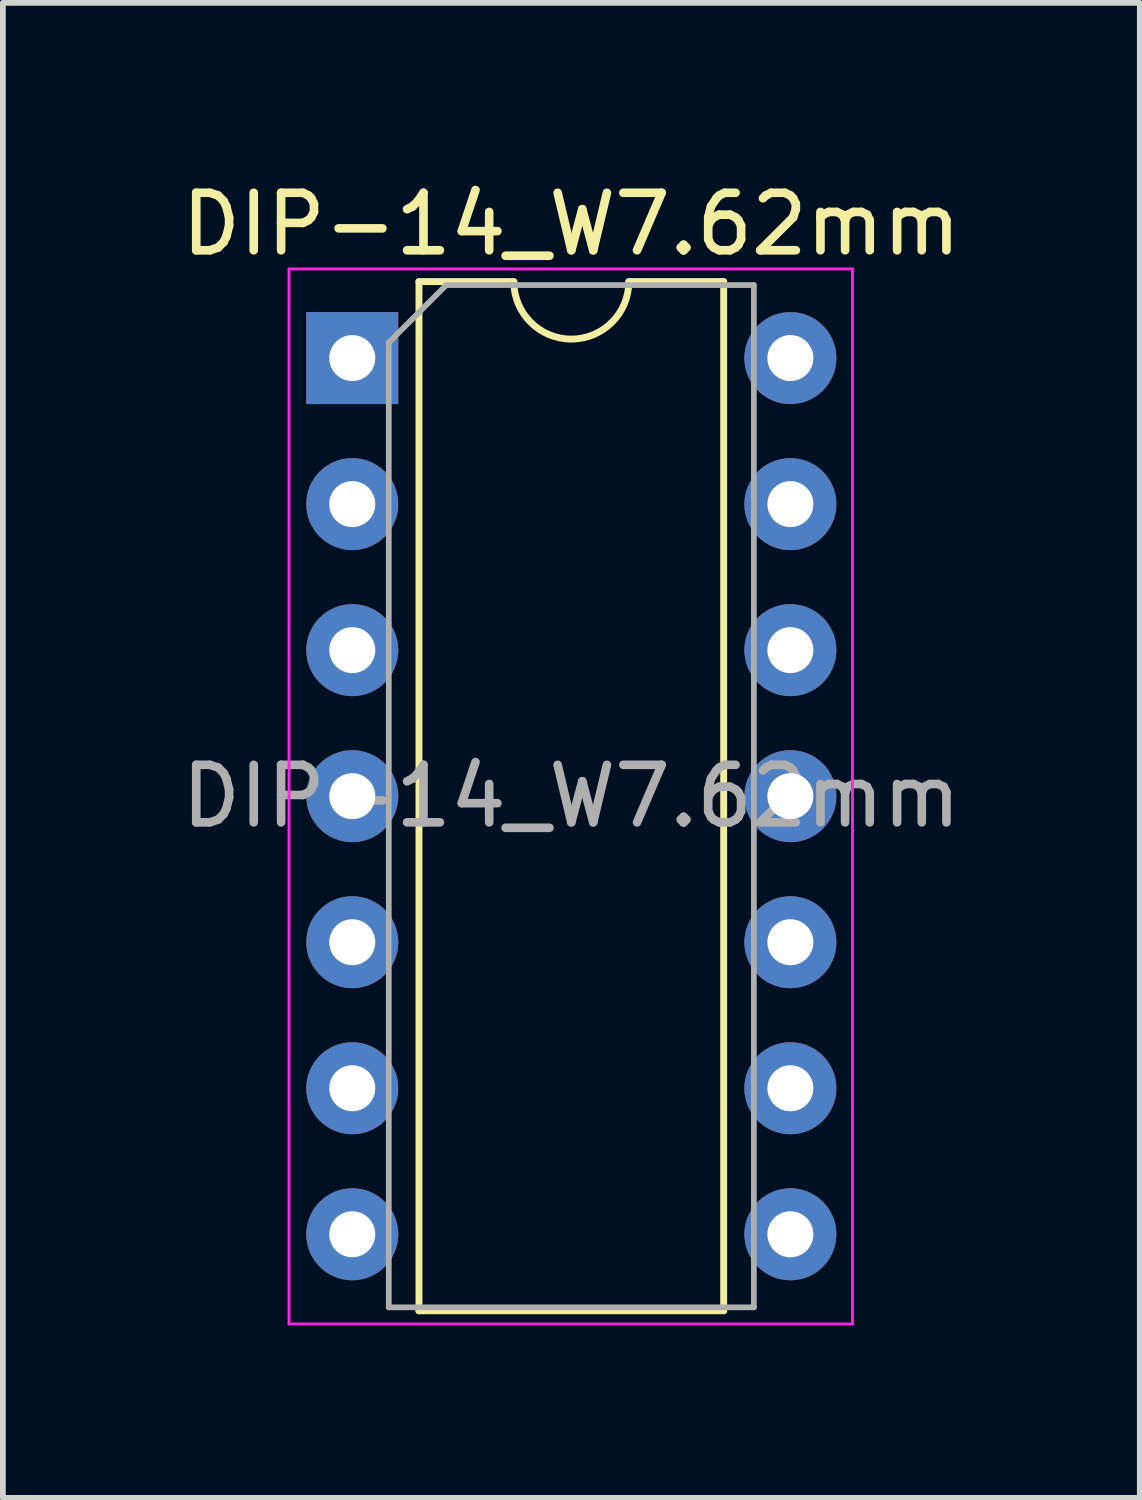
<source format=kicad_pcb>
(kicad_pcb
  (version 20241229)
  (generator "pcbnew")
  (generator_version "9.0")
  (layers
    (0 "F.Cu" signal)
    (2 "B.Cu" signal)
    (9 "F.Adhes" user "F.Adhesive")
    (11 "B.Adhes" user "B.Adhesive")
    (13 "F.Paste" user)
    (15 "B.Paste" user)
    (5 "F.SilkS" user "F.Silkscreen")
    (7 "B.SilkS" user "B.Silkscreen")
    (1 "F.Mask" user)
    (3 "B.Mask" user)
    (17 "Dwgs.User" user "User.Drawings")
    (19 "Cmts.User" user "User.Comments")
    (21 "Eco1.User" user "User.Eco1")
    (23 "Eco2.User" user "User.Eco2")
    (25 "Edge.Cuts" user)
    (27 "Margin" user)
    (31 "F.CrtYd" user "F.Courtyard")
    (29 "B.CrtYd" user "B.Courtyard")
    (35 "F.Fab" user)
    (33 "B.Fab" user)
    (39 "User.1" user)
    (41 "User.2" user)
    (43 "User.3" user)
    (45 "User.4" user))
  (footprint "DIP-14_W7.62mm"
    (layer "F.Cu")
    (at 3.077 3.178)
    (property "Reference" "DIP-14_W7.62mm" (at 3.81 -2.33 0) (layer "F.SilkS") (effects (font (size 1 1) (thickness 0.15))))
    (attr through_hole)
    (fp_line (start 1.16 -1.33) (end 1.16 16.57) (stroke (width 0.12) (type solid)) (layer "F.SilkS"))
    (fp_line (start 1.16 16.57) (end 6.46 16.57) (stroke (width 0.12) (type solid)) (layer "F.SilkS"))
    (fp_line (start 2.81 -1.33) (end 1.16 -1.33) (stroke (width 0.12) (type solid)) (layer "F.SilkS"))
    (fp_line (start 6.46 -1.33) (end 4.81 -1.33) (stroke (width 0.12) (type solid)) (layer "F.SilkS"))
    (fp_line (start 6.46 16.57) (end 6.46 -1.33) (stroke (width 0.12) (type solid)) (layer "F.SilkS"))
    (fp_arc (start 4.81 -1.33) (mid 3.81 -0.33) (end 2.81 -1.33) (stroke (width 0.12) (type solid)) (layer "F.SilkS"))
    (fp_line (start -1.1 -1.55) (end -1.1 16.8) (stroke (width 0.05) (type solid)) (layer "F.CrtYd"))
    (fp_line (start -1.1 16.8) (end 8.7 16.8) (stroke (width 0.05) (type solid)) (layer "F.CrtYd"))
    (fp_line (start 8.7 -1.55) (end -1.1 -1.55) (stroke (width 0.05) (type solid)) (layer "F.CrtYd"))
    (fp_line (start 8.7 16.8) (end 8.7 -1.55) (stroke (width 0.05) (type solid)) (layer "F.CrtYd"))
    (fp_line (start 0.635 -0.27) (end 1.635 -1.27) (stroke (width 0.1) (type solid)) (layer "F.Fab"))
    (fp_line (start 0.635 16.51) (end 0.635 -0.27) (stroke (width 0.1) (type solid)) (layer "F.Fab"))
    (fp_line (start 1.635 -1.27) (end 6.985 -1.27) (stroke (width 0.1) (type solid)) (layer "F.Fab"))
    (fp_line (start 6.985 -1.27) (end 6.985 16.51) (stroke (width 0.1) (type solid)) (layer "F.Fab"))
    (fp_line (start 6.985 16.51) (end 0.635 16.51) (stroke (width 0.1) (type solid)) (layer "F.Fab"))
    (fp_text user "${REFERENCE}" (at 3.81 7.62 0) (layer "F.Fab") (effects (font (size 1 1) (thickness 0.15))))
    (pad "1" thru_hole rect (at 0 0) (size 1.6 1.6) (drill 0.8) (layers "*.Cu" "*.Mask"))
    (pad "2" thru_hole oval (at 0 2.54) (size 1.6 1.6) (drill 0.8) (layers "*.Cu" "*.Mask"))
    (pad "3" thru_hole oval (at 0 5.08) (size 1.6 1.6) (drill 0.8) (layers "*.Cu" "*.Mask"))
    (pad "4" thru_hole oval (at 0 7.62) (size 1.6 1.6) (drill 0.8) (layers "*.Cu" "*.Mask"))
    (pad "5" thru_hole oval (at 0 10.16) (size 1.6 1.6) (drill 0.8) (layers "*.Cu" "*.Mask"))
    (pad "6" thru_hole oval (at 0 12.7) (size 1.6 1.6) (drill 0.8) (layers "*.Cu" "*.Mask"))
    (pad "7" thru_hole oval (at 0 15.24) (size 1.6 1.6) (drill 0.8) (layers "*.Cu" "*.Mask"))
    (pad "8" thru_hole oval (at 7.62 15.24) (size 1.6 1.6) (drill 0.8) (layers "*.Cu" "*.Mask"))
    (pad "9" thru_hole oval (at 7.62 12.7) (size 1.6 1.6) (drill 0.8) (layers "*.Cu" "*.Mask"))
    (pad "10" thru_hole oval (at 7.62 10.16) (size 1.6 1.6) (drill 0.8) (layers "*.Cu" "*.Mask"))
    (pad "11" thru_hole oval (at 7.62 7.62) (size 1.6 1.6) (drill 0.8) (layers "*.Cu" "*.Mask"))
    (pad "12" thru_hole oval (at 7.62 5.08) (size 1.6 1.6) (drill 0.8) (layers "*.Cu" "*.Mask"))
    (pad "13" thru_hole oval (at 7.62 2.54) (size 1.6 1.6) (drill 0.8) (layers "*.Cu" "*.Mask"))
    (pad "14" thru_hole oval (at 7.62 0) (size 1.6 1.6) (drill 0.8) (layers "*.Cu" "*.Mask")))
  (gr_rect
    (start -3 -3)
    (end 16.774 23.003)
    (stroke (width 0.1) (type default))
    (fill no)
    (layer "Edge.Cuts")))
</source>
